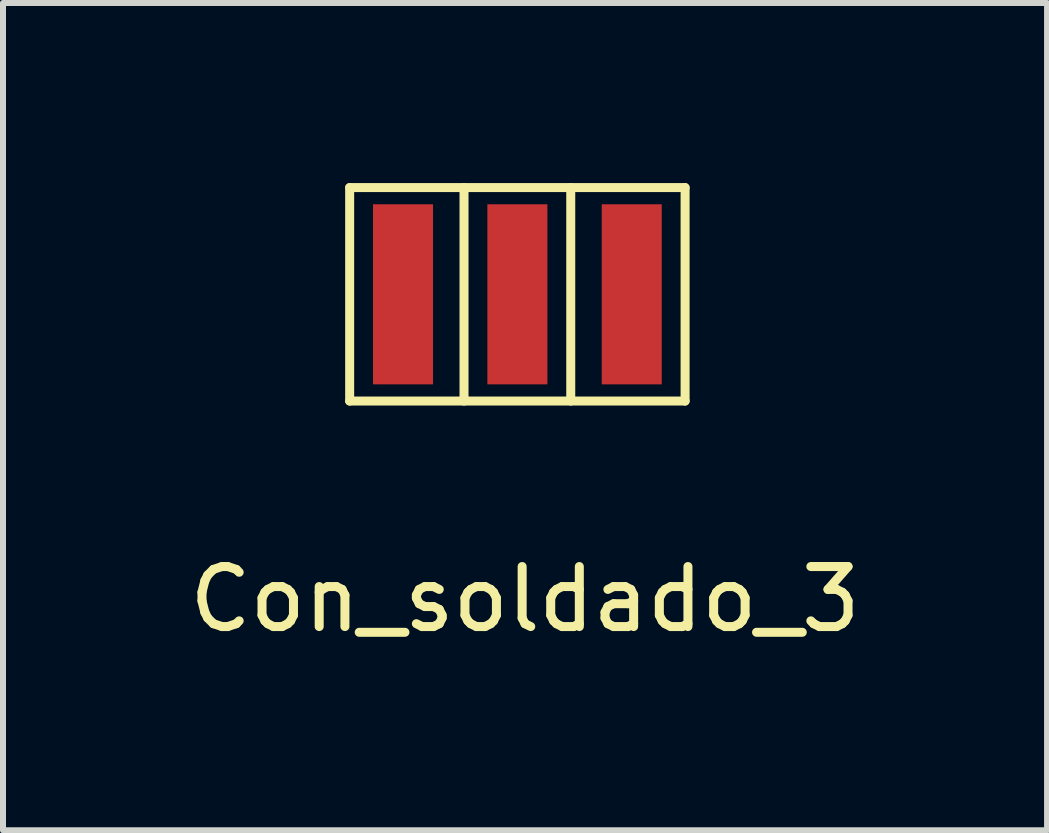
<source format=kicad_pcb>
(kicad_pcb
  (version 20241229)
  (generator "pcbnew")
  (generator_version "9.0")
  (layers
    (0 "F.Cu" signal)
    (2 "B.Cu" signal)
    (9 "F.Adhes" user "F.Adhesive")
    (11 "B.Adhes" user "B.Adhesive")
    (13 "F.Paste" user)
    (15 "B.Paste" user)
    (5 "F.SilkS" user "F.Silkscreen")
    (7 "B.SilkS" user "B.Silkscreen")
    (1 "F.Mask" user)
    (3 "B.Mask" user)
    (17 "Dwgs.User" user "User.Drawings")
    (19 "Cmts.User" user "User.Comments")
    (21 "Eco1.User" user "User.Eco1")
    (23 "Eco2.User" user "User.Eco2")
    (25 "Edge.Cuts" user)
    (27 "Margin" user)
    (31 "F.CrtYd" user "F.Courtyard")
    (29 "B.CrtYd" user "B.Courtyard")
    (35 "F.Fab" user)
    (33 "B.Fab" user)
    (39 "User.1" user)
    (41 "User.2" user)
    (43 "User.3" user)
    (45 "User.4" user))
  (footprint "Con_soldado_3"
    (layer "F.Cu")
    (at 5.569 1.853)
    (property "Reference" "Con_soldado_3" (at 0.127 5.08 0) (layer "F.SilkS") (effects (font (size 1 1) (thickness 0.15))))
    (attr through_hole)
    (fp_line (start -2.794 -1.778) (end 2.794 -1.778) (stroke (width 0.15) (type solid)) (layer "F.SilkS"))
    (fp_line (start -2.794 1.778) (end -2.794 -1.778) (stroke (width 0.15) (type solid)) (layer "F.SilkS"))
    (fp_line (start -2.794 1.778) (end 2.794 1.778) (stroke (width 0.15) (type solid)) (layer "F.SilkS"))
    (fp_line (start -0.889 1.778) (end -0.889 -1.778) (stroke (width 0.15) (type solid)) (layer "F.SilkS"))
    (fp_line (start 0.889 1.778) (end 0.889 -1.778) (stroke (width 0.15) (type solid)) (layer "F.SilkS"))
    (fp_line (start 2.794 1.778) (end 2.794 -1.778) (stroke (width 0.15) (type solid)) (layer "F.SilkS"))
    (pad "1" smd rect (at -1.905 0) (size 1 3) (layers "F.Cu" "F.Mask" "F.Paste"))
    (pad "2" smd rect (at 0 0) (size 1 3) (layers "F.Cu" "F.Mask" "F.Paste"))
    (pad "3" smd rect (at 1.905 0) (size 1 3) (layers "F.Cu" "F.Mask" "F.Paste")))
  (gr_rect
    (start -3 -3)
    (end 14.393 10.781)
    (stroke (width 0.1) (type default))
    (fill no)
    (layer "Edge.Cuts")))
</source>
